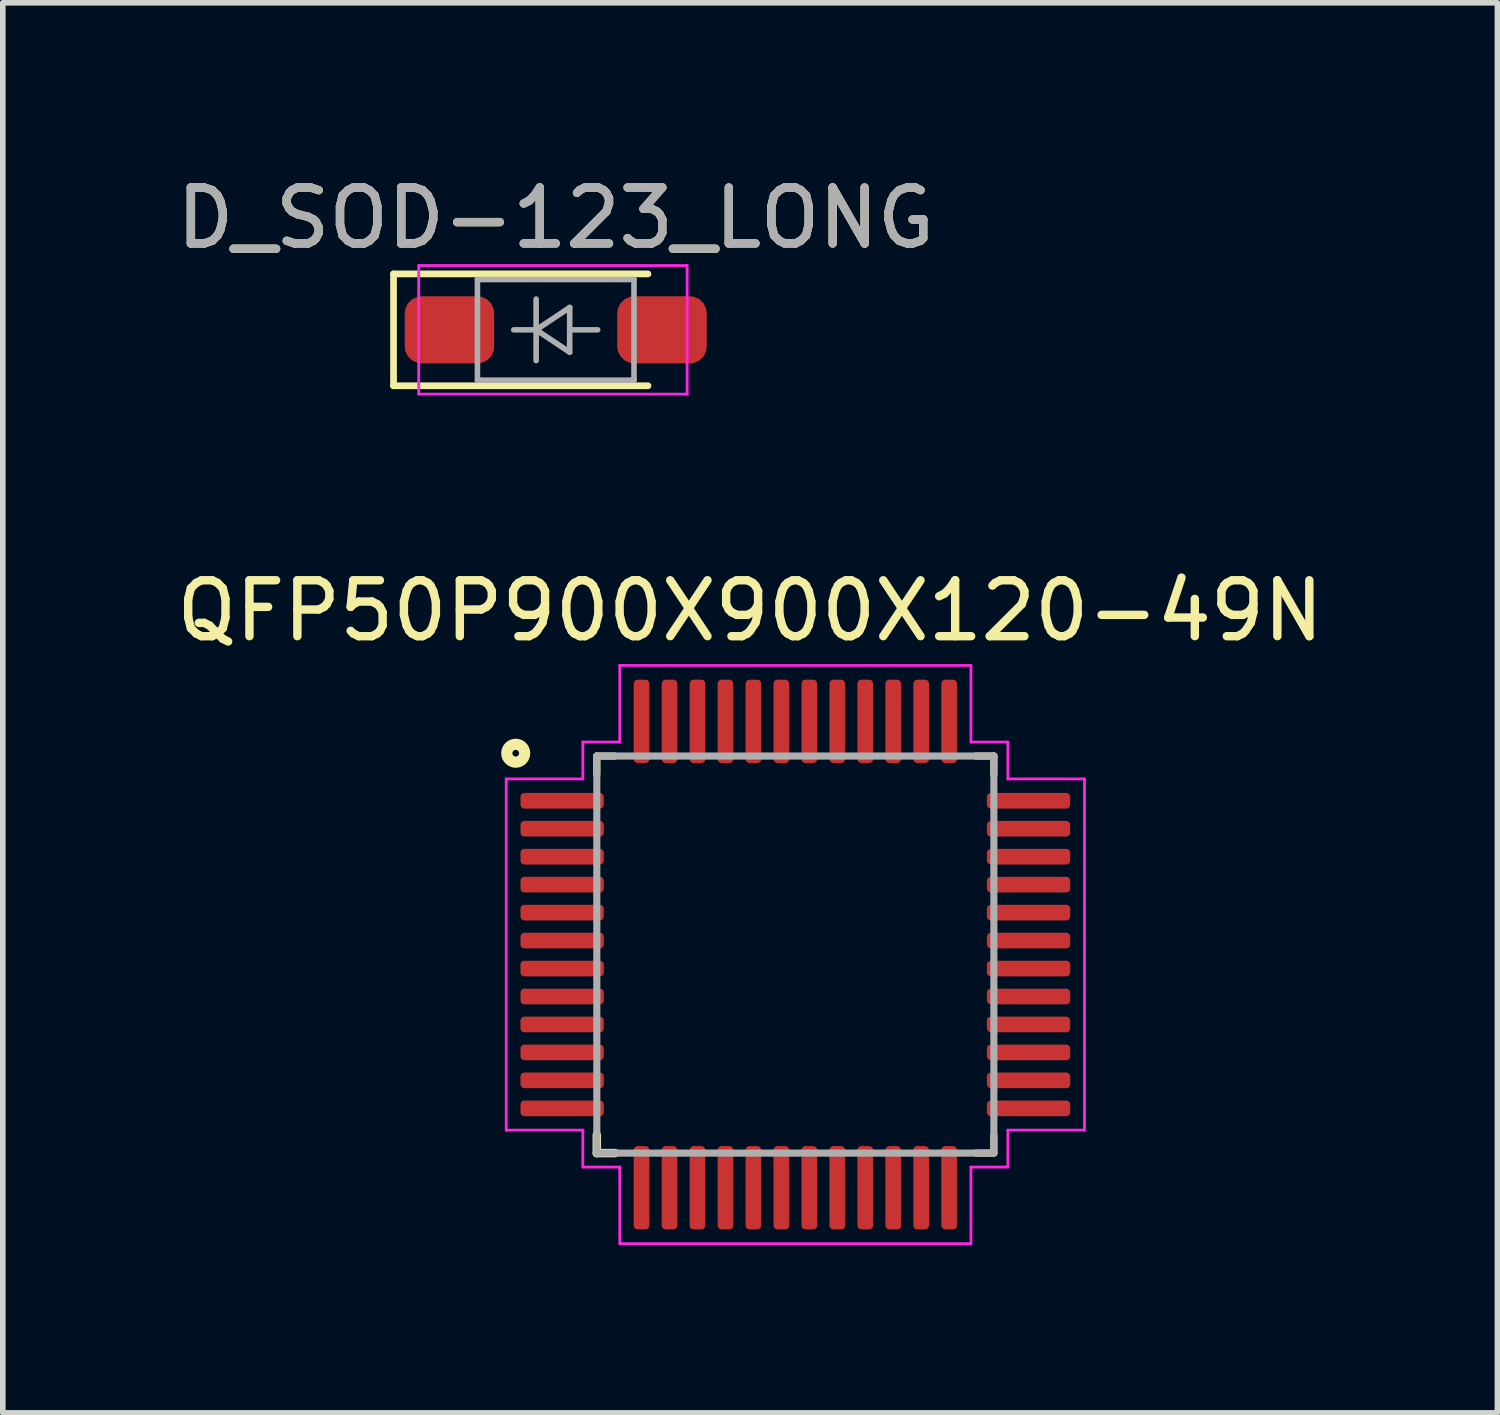
<source format=kicad_pcb>
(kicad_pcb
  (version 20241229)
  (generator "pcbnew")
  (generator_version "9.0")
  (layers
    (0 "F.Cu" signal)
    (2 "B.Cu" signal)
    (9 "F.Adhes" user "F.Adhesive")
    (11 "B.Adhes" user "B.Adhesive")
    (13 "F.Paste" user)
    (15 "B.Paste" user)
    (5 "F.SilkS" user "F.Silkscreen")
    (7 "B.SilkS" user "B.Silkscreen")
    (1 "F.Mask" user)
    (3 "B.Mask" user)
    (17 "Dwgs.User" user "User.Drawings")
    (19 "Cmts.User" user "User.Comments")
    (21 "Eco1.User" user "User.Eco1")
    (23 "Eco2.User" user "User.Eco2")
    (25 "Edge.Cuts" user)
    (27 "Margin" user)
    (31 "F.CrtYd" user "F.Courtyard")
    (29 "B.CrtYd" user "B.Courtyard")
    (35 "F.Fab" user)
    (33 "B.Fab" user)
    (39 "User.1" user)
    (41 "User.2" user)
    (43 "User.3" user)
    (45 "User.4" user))
  (footprint "QFP50P900X900X120-49N"
    (layer "F.Cu")
    (at 11.172 14.019)
    (property "Reference" "QFP50P900X900X120-49N" (at -0.809 -6.148 0) (layer "F.SilkS") (effects (font (size 1 1) (thickness 0.15))))
    (attr smd)
    (fp_line (start -3.55 -3.55) (end -3.55 -3.226) (stroke (width 0.127) (type solid)) (layer "F.SilkS"))
    (fp_line (start -3.55 3.226) (end -3.55 3.55) (stroke (width 0.152) (type solid)) (layer "F.SilkS"))
    (fp_line (start -3.55 3.55) (end -3.226 3.55) (stroke (width 0.152) (type solid)) (layer "F.SilkS"))
    (fp_line (start -3.226 -3.55) (end -3.55 -3.55) (stroke (width 0.127) (type solid)) (layer "F.SilkS"))
    (fp_line (start 3.226 3.55) (end 3.55 3.55) (stroke (width 0.127) (type solid)) (layer "F.SilkS"))
    (fp_line (start 3.55 -3.55) (end 3.226 -3.55) (stroke (width 0.127) (type solid)) (layer "F.SilkS"))
    (fp_line (start 3.55 -3.226) (end 3.55 -3.55) (stroke (width 0.127) (type solid)) (layer "F.SilkS"))
    (fp_line (start 3.55 3.55) (end 3.55 3.226) (stroke (width 0.127) (type solid)) (layer "F.SilkS"))
    (fp_circle (center -5 -3.6) (end -4.84 -3.6) (stroke (width 0.2) (type solid)) (fill no) (layer "F.SilkS"))
    (fp_line (start -5.17 -3.14) (end -3.8 -3.14) (stroke (width 0.05) (type solid)) (layer "F.CrtYd"))
    (fp_line (start -5.17 3.14) (end -5.17 -3.14) (stroke (width 0.05) (type solid)) (layer "F.CrtYd"))
    (fp_line (start -3.8 -3.8) (end -3.14 -3.8) (stroke (width 0.05) (type solid)) (layer "F.CrtYd"))
    (fp_line (start -3.8 -3.14) (end -3.8 -3.8) (stroke (width 0.05) (type solid)) (layer "F.CrtYd"))
    (fp_line (start -3.8 3.14) (end -5.17 3.14) (stroke (width 0.05) (type solid)) (layer "F.CrtYd"))
    (fp_line (start -3.8 3.8) (end -3.8 3.14) (stroke (width 0.05) (type solid)) (layer "F.CrtYd"))
    (fp_line (start -3.14 -5.17) (end 3.14 -5.17) (stroke (width 0.05) (type solid)) (layer "F.CrtYd"))
    (fp_line (start -3.14 -3.8) (end -3.14 -5.17) (stroke (width 0.05) (type solid)) (layer "F.CrtYd"))
    (fp_line (start -3.14 3.8) (end -3.8 3.8) (stroke (width 0.05) (type solid)) (layer "F.CrtYd"))
    (fp_line (start -3.14 5.17) (end -3.14 3.8) (stroke (width 0.05) (type solid)) (layer "F.CrtYd"))
    (fp_line (start 3.14 -5.17) (end 3.14 -3.8) (stroke (width 0.05) (type solid)) (layer "F.CrtYd"))
    (fp_line (start 3.14 -3.8) (end 3.8 -3.8) (stroke (width 0.05) (type solid)) (layer "F.CrtYd"))
    (fp_line (start 3.14 3.8) (end 3.14 5.17) (stroke (width 0.05) (type solid)) (layer "F.CrtYd"))
    (fp_line (start 3.14 5.17) (end -3.14 5.17) (stroke (width 0.05) (type solid)) (layer "F.CrtYd"))
    (fp_line (start 3.8 -3.8) (end 3.8 -3.14) (stroke (width 0.05) (type solid)) (layer "F.CrtYd"))
    (fp_line (start 3.8 -3.14) (end 5.17 -3.14) (stroke (width 0.05) (type solid)) (layer "F.CrtYd"))
    (fp_line (start 3.8 3.14) (end 3.8 3.8) (stroke (width 0.05) (type solid)) (layer "F.CrtYd"))
    (fp_line (start 3.8 3.8) (end 3.14 3.8) (stroke (width 0.05) (type solid)) (layer "F.CrtYd"))
    (fp_line (start 5.17 -3.14) (end 5.17 3.14) (stroke (width 0.05) (type solid)) (layer "F.CrtYd"))
    (fp_line (start 5.17 3.14) (end 3.8 3.14) (stroke (width 0.05) (type solid)) (layer "F.CrtYd"))
    (fp_line (start -3.55 -3.55) (end -3.55 3.55) (stroke (width 0.127) (type solid)) (layer "F.Fab"))
    (fp_line (start -3.55 3.55) (end 3.55 3.55) (stroke (width 0.127) (type solid)) (layer "F.Fab"))
    (fp_line (start 3.55 -3.55) (end -3.55 -3.55) (stroke (width 0.127) (type solid)) (layer "F.Fab"))
    (fp_line (start 3.55 3.55) (end 3.55 -3.55) (stroke (width 0.127) (type solid)) (layer "F.Fab"))
    (pad "1" smd roundrect (at -4.17 -2.75) (size 1.49 0.28) (layers "F.Cu" "F.Mask" "F.Paste") (roundrect_rratio 0.25))
    (pad "2" smd roundrect (at -4.17 -2.25) (size 1.49 0.28) (layers "F.Cu" "F.Mask" "F.Paste") (roundrect_rratio 0.25))
    (pad "3" smd roundrect (at -4.17 -1.75) (size 1.49 0.28) (layers "F.Cu" "F.Mask" "F.Paste") (roundrect_rratio 0.25))
    (pad "4" smd roundrect (at -4.17 -1.25) (size 1.49 0.28) (layers "F.Cu" "F.Mask" "F.Paste") (roundrect_rratio 0.25))
    (pad "5" smd roundrect (at -4.17 -0.75) (size 1.49 0.28) (layers "F.Cu" "F.Mask" "F.Paste") (roundrect_rratio 0.25))
    (pad "6" smd roundrect (at -4.17 -0.25) (size 1.49 0.28) (layers "F.Cu" "F.Mask" "F.Paste") (roundrect_rratio 0.25))
    (pad "7" smd roundrect (at -4.17 0.25) (size 1.49 0.28) (layers "F.Cu" "F.Mask" "F.Paste") (roundrect_rratio 0.25))
    (pad "8" smd roundrect (at -4.17 0.75) (size 1.49 0.28) (layers "F.Cu" "F.Mask" "F.Paste") (roundrect_rratio 0.25))
    (pad "9" smd roundrect (at -4.17 1.25) (size 1.49 0.28) (layers "F.Cu" "F.Mask" "F.Paste") (roundrect_rratio 0.25))
    (pad "10" smd roundrect (at -4.17 1.75) (size 1.49 0.28) (layers "F.Cu" "F.Mask" "F.Paste") (roundrect_rratio 0.25))
    (pad "11" smd roundrect (at -4.17 2.25) (size 1.49 0.28) (layers "F.Cu" "F.Mask" "F.Paste") (roundrect_rratio 0.25))
    (pad "12" smd roundrect (at -4.17 2.75) (size 1.49 0.28) (layers "F.Cu" "F.Mask" "F.Paste") (roundrect_rratio 0.25))
    (pad "13" smd roundrect (at -2.75 4.17) (size 0.28 1.49) (layers "F.Cu" "F.Mask" "F.Paste") (roundrect_rratio 0.25))
    (pad "14" smd roundrect (at -2.25 4.17) (size 0.28 1.49) (layers "F.Cu" "F.Mask" "F.Paste") (roundrect_rratio 0.25))
    (pad "15" smd roundrect (at -1.75 4.17) (size 0.28 1.49) (layers "F.Cu" "F.Mask" "F.Paste") (roundrect_rratio 0.25))
    (pad "16" smd roundrect (at -1.25 4.17) (size 0.28 1.49) (layers "F.Cu" "F.Mask" "F.Paste") (roundrect_rratio 0.25))
    (pad "17" smd roundrect (at -0.75 4.17) (size 0.28 1.49) (layers "F.Cu" "F.Mask" "F.Paste") (roundrect_rratio 0.25))
    (pad "18" smd roundrect (at -0.25 4.17) (size 0.28 1.49) (layers "F.Cu" "F.Mask" "F.Paste") (roundrect_rratio 0.25))
    (pad "19" smd roundrect (at 0.25 4.17) (size 0.28 1.49) (layers "F.Cu" "F.Mask" "F.Paste") (roundrect_rratio 0.25))
    (pad "20" smd roundrect (at 0.75 4.17) (size 0.28 1.49) (layers "F.Cu" "F.Mask" "F.Paste") (roundrect_rratio 0.25))
    (pad "21" smd roundrect (at 1.25 4.17) (size 0.28 1.49) (layers "F.Cu" "F.Mask" "F.Paste") (roundrect_rratio 0.25))
    (pad "22" smd roundrect (at 1.75 4.17) (size 0.28 1.49) (layers "F.Cu" "F.Mask" "F.Paste") (roundrect_rratio 0.25))
    (pad "23" smd roundrect (at 2.25 4.17) (size 0.28 1.49) (layers "F.Cu" "F.Mask" "F.Paste") (roundrect_rratio 0.25))
    (pad "24" smd roundrect (at 2.75 4.17) (size 0.28 1.49) (layers "F.Cu" "F.Mask" "F.Paste") (roundrect_rratio 0.25))
    (pad "25" smd roundrect (at 4.17 2.75) (size 1.49 0.28) (layers "F.Cu" "F.Mask" "F.Paste") (roundrect_rratio 0.25))
    (pad "26" smd roundrect (at 4.17 2.25) (size 1.49 0.28) (layers "F.Cu" "F.Mask" "F.Paste") (roundrect_rratio 0.25))
    (pad "27" smd roundrect (at 4.17 1.75) (size 1.49 0.28) (layers "F.Cu" "F.Mask" "F.Paste") (roundrect_rratio 0.25))
    (pad "28" smd roundrect (at 4.17 1.25) (size 1.49 0.28) (layers "F.Cu" "F.Mask" "F.Paste") (roundrect_rratio 0.25))
    (pad "29" smd roundrect (at 4.17 0.75) (size 1.49 0.28) (layers "F.Cu" "F.Mask" "F.Paste") (roundrect_rratio 0.25))
    (pad "30" smd roundrect (at 4.17 0.25) (size 1.49 0.28) (layers "F.Cu" "F.Mask" "F.Paste") (roundrect_rratio 0.25))
    (pad "31" smd roundrect (at 4.17 -0.25) (size 1.49 0.28) (layers "F.Cu" "F.Mask" "F.Paste") (roundrect_rratio 0.25))
    (pad "32" smd roundrect (at 4.17 -0.75) (size 1.49 0.28) (layers "F.Cu" "F.Mask" "F.Paste") (roundrect_rratio 0.25))
    (pad "33" smd roundrect (at 4.17 -1.25) (size 1.49 0.28) (layers "F.Cu" "F.Mask" "F.Paste") (roundrect_rratio 0.25))
    (pad "34" smd roundrect (at 4.17 -1.75) (size 1.49 0.28) (layers "F.Cu" "F.Mask" "F.Paste") (roundrect_rratio 0.25))
    (pad "35" smd roundrect (at 4.17 -2.25) (size 1.49 0.28) (layers "F.Cu" "F.Mask" "F.Paste") (roundrect_rratio 0.25))
    (pad "36" smd roundrect (at 4.17 -2.75) (size 1.49 0.28) (layers "F.Cu" "F.Mask" "F.Paste") (roundrect_rratio 0.25))
    (pad "37" smd roundrect (at 2.75 -4.17) (size 0.28 1.49) (layers "F.Cu" "F.Mask" "F.Paste") (roundrect_rratio 0.25))
    (pad "38" smd roundrect (at 2.25 -4.17) (size 0.28 1.49) (layers "F.Cu" "F.Mask" "F.Paste") (roundrect_rratio 0.25))
    (pad "39" smd roundrect (at 1.75 -4.17) (size 0.28 1.49) (layers "F.Cu" "F.Mask" "F.Paste") (roundrect_rratio 0.25))
    (pad "40" smd roundrect (at 1.25 -4.17) (size 0.28 1.49) (layers "F.Cu" "F.Mask" "F.Paste") (roundrect_rratio 0.25))
    (pad "41" smd roundrect (at 0.75 -4.17) (size 0.28 1.49) (layers "F.Cu" "F.Mask" "F.Paste") (roundrect_rratio 0.25))
    (pad "42" smd roundrect (at 0.25 -4.17) (size 0.28 1.49) (layers "F.Cu" "F.Mask" "F.Paste") (roundrect_rratio 0.25))
    (pad "43" smd roundrect (at -0.25 -4.17) (size 0.28 1.49) (layers "F.Cu" "F.Mask" "F.Paste") (roundrect_rratio 0.25))
    (pad "44" smd roundrect (at -0.75 -4.17) (size 0.28 1.49) (layers "F.Cu" "F.Mask" "F.Paste") (roundrect_rratio 0.25))
    (pad "45" smd roundrect (at -1.25 -4.17) (size 0.28 1.49) (layers "F.Cu" "F.Mask" "F.Paste") (roundrect_rratio 0.25))
    (pad "46" smd roundrect (at -1.75 -4.17) (size 0.28 1.49) (layers "F.Cu" "F.Mask" "F.Paste") (roundrect_rratio 0.25))
    (pad "47" smd roundrect (at -2.25 -4.17) (size 0.28 1.49) (layers "F.Cu" "F.Mask" "F.Paste") (roundrect_rratio 0.25))
    (pad "48" smd roundrect (at -2.75 -4.17) (size 0.28 1.49) (layers "F.Cu" "F.Mask" "F.Paste") (roundrect_rratio 0.25)))
  (footprint "D_SOD-123_LONG"
    (layer "F.Cu")
    (at 6.887 2.848)
    (property "Reference" "D_SOD-123_LONG" (at 0 -2 0) (layer "F.SilkS") (effects (font (size 1 1) (thickness 0.15))))
    (attr smd)
    (fp_line (start -2.9 -1) (end -2.9 1) (stroke (width 0.12) (type solid)) (layer "F.SilkS"))
    (fp_line (start -2.9 -1) (end 1.65 -1) (stroke (width 0.12) (type solid)) (layer "F.SilkS"))
    (fp_line (start -2.9 1) (end 1.65 1) (stroke (width 0.12) (type solid)) (layer "F.SilkS"))
    (fp_line (start -2.45 -1.15) (end -2.45 1.15) (stroke (width 0.05) (type solid)) (layer "F.CrtYd"))
    (fp_line (start -2.45 -1.15) (end 2.35 -1.15) (stroke (width 0.05) (type solid)) (layer "F.CrtYd"))
    (fp_line (start 2.35 -1.15) (end 2.35 1.15) (stroke (width 0.05) (type solid)) (layer "F.CrtYd"))
    (fp_line (start 2.35 1.15) (end -2.45 1.15) (stroke (width 0.05) (type solid)) (layer "F.CrtYd"))
    (fp_line (start -1.4 -0.9) (end 1.4 -0.9) (stroke (width 0.1) (type solid)) (layer "F.Fab"))
    (fp_line (start -1.4 0.9) (end -1.4 -0.9) (stroke (width 0.1) (type solid)) (layer "F.Fab"))
    (fp_line (start -0.75 0) (end -0.35 0) (stroke (width 0.1) (type solid)) (layer "F.Fab"))
    (fp_line (start -0.35 0) (end -0.35 -0.55) (stroke (width 0.1) (type solid)) (layer "F.Fab"))
    (fp_line (start -0.35 0) (end -0.35 0.55) (stroke (width 0.1) (type solid)) (layer "F.Fab"))
    (fp_line (start -0.35 0) (end 0.25 -0.4) (stroke (width 0.1) (type solid)) (layer "F.Fab"))
    (fp_line (start 0.25 -0.4) (end 0.25 0.4) (stroke (width 0.1) (type solid)) (layer "F.Fab"))
    (fp_line (start 0.25 0) (end 0.75 0) (stroke (width 0.1) (type solid)) (layer "F.Fab"))
    (fp_line (start 0.25 0.4) (end -0.35 0) (stroke (width 0.1) (type solid)) (layer "F.Fab"))
    (fp_line (start 1.4 -0.9) (end 1.4 0.9) (stroke (width 0.1) (type solid)) (layer "F.Fab"))
    (fp_line (start 1.4 0.9) (end -1.4 0.9) (stroke (width 0.1) (type solid)) (layer "F.Fab"))
    (fp_text user "${REFERENCE}" (at 0 -2 0) (layer "F.Fab") (effects (font (size 1 1) (thickness 0.15))))
    (pad "1" smd roundrect (at -1.9 0) (size 1.6 1.2) (layers "F.Cu" "F.Mask" "F.Paste") (roundrect_rratio 0.25))
    (pad "2" smd roundrect (at 1.9 0) (size 1.6 1.2) (layers "F.Cu" "F.Mask" "F.Paste") (roundrect_rratio 0.25)))
  (gr_rect
    (start -3 -3)
    (end 23.726 22.214)
    (stroke (width 0.1) (type default))
    (fill no)
    (layer "Edge.Cuts")))
</source>
